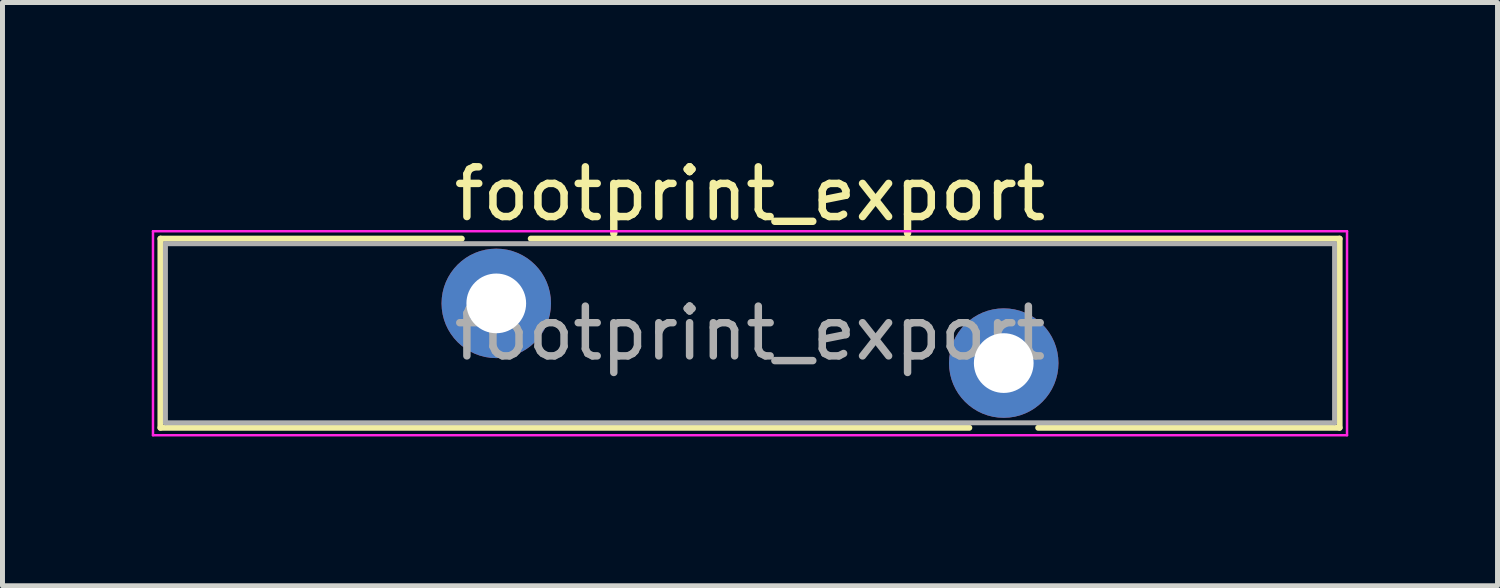
<source format=kicad_pcb>
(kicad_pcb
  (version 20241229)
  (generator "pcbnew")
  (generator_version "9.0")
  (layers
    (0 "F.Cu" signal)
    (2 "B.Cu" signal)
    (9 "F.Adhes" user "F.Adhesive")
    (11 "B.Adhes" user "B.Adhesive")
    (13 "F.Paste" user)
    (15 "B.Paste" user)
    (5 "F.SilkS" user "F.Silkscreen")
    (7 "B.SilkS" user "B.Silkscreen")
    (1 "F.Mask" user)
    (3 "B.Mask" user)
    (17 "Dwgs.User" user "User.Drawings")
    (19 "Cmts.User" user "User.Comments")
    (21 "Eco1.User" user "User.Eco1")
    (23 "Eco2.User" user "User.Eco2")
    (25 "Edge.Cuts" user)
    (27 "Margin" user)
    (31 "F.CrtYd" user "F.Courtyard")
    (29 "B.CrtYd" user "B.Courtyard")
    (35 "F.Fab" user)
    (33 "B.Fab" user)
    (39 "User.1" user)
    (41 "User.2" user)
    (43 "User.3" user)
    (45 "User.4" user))
  (footprint "footprint_export"
    (layer "F.Cu")
    (at 6.925 3.048)
    (property "Reference" "footprint_export" (at 5.1 -2.2 0) (layer "F.SilkS") (effects (font (size 1 1) (thickness 0.15))))
    (attr through_hole)
    (fp_line (start -6.75 -1.301) (end -6.75 2.5) (stroke (width 0.12) (type solid)) (layer "F.SilkS"))
    (fp_line (start -6.75 -1.301) (end -0.693 -1.301) (stroke (width 0.12) (type solid)) (layer "F.SilkS"))
    (fp_line (start -6.75 2.5) (end 9.508 2.5) (stroke (width 0.12) (type solid)) (layer "F.SilkS"))
    (fp_line (start 0.693 -1.301) (end 16.951 -1.301) (stroke (width 0.12) (type solid)) (layer "F.SilkS"))
    (fp_line (start 10.893 2.5) (end 16.951 2.5) (stroke (width 0.12) (type solid)) (layer "F.SilkS"))
    (fp_line (start 16.951 -1.301) (end 16.951 2.5) (stroke (width 0.12) (type solid)) (layer "F.SilkS"))
    (fp_line (start -6.9 -1.45) (end -6.9 2.65) (stroke (width 0.05) (type solid)) (layer "F.CrtYd"))
    (fp_line (start -6.9 2.65) (end 17.1 2.65) (stroke (width 0.05) (type solid)) (layer "F.CrtYd"))
    (fp_line (start 17.1 -1.45) (end -6.9 -1.45) (stroke (width 0.05) (type solid)) (layer "F.CrtYd"))
    (fp_line (start 17.1 2.65) (end 17.1 -1.45) (stroke (width 0.05) (type solid)) (layer "F.CrtYd"))
    (fp_line (start -6.65 -1.2) (end -6.65 2.4) (stroke (width 0.1) (type solid)) (layer "F.Fab"))
    (fp_line (start -6.65 2.4) (end 16.85 2.4) (stroke (width 0.1) (type solid)) (layer "F.Fab"))
    (fp_line (start 16.85 -1.2) (end -6.65 -1.2) (stroke (width 0.1) (type solid)) (layer "F.Fab"))
    (fp_line (start 16.85 2.4) (end 16.85 -1.2) (stroke (width 0.1) (type solid)) (layer "F.Fab"))
    (fp_text user "${REFERENCE}" (at 5.1 0.6 0) (layer "F.Fab") (effects (font (size 1 1) (thickness 0.15))))
    (pad "1" thru_hole circle (at 0 0) (size 2.2 2.2) (drill 1.2) (layers "*.Cu" "*.Mask"))
    (pad "2" thru_hole circle (at 10.2 1.2) (size 2.2 2.2) (drill 1.2) (layers "*.Cu" "*.Mask")))
  (gr_rect
    (start -3 -3)
    (end 27.05 8.723)
    (stroke (width 0.1) (type default))
    (fill no)
    (layer "Edge.Cuts")))
</source>
